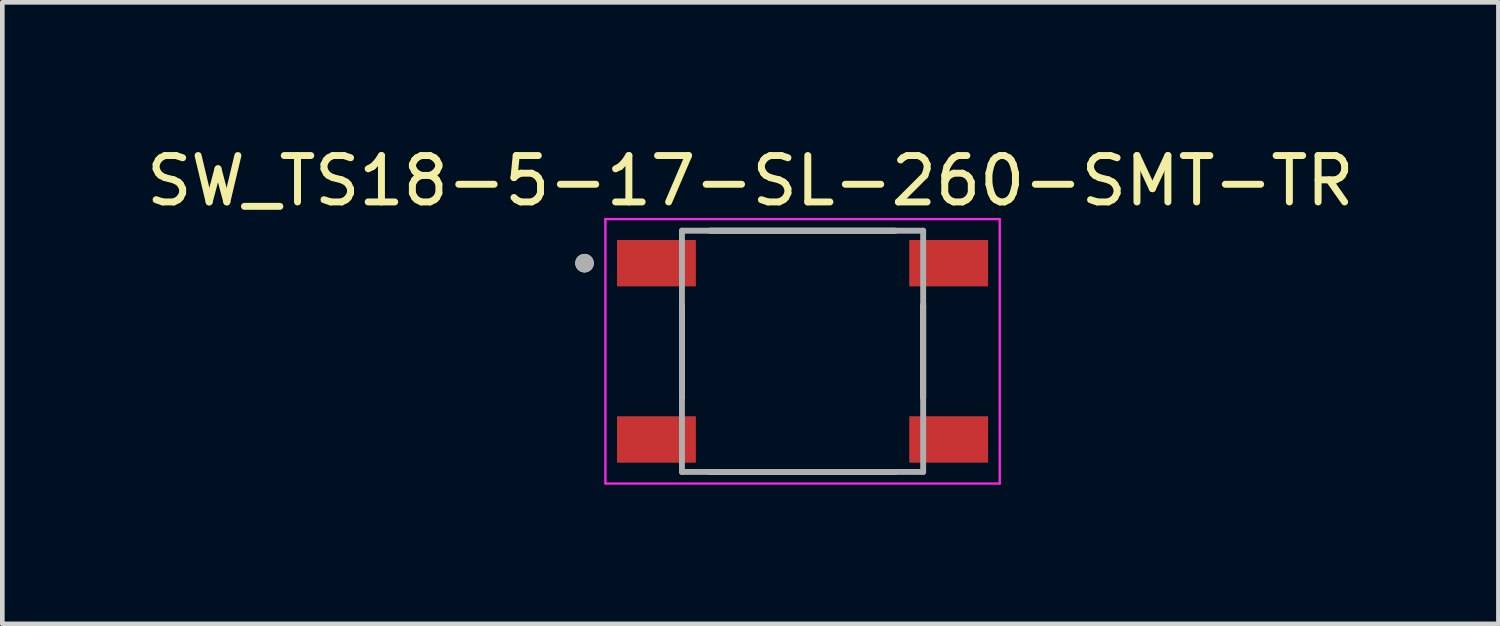
<source format=kicad_pcb>
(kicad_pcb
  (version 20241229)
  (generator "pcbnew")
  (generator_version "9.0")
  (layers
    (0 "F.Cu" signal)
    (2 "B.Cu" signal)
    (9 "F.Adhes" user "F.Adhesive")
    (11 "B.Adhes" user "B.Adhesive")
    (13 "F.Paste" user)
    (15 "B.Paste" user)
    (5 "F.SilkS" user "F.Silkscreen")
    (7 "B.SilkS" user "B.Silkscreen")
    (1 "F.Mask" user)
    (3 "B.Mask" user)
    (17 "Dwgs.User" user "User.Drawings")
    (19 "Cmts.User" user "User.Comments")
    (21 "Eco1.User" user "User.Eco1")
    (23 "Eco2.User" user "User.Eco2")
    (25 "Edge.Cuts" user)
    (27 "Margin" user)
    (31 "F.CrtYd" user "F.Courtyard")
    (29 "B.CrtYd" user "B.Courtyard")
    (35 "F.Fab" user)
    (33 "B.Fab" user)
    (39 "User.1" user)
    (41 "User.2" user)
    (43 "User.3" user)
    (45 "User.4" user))
  (footprint "SW_TS18-5-17-SL-260-SMT-TR"
    (layer "F.Cu")
    (at 14.25 4.523)
    (property "Reference" "SW_TS18-5-17-SL-260-SMT-TR" (at -1.125 -3.675 0) (layer "F.SilkS") (effects (font (size 1 1) (thickness 0.15))))
    (attr smd)
    (fp_line (start -2.6 -1) (end -2.6 1) (stroke (width 0.127) (type solid)) (layer "F.SilkS"))
    (fp_line (start -2 -2.6) (end 2 -2.6) (stroke (width 0.127) (type solid)) (layer "F.SilkS"))
    (fp_line (start -2 2.6) (end 2 2.6) (stroke (width 0.127) (type solid)) (layer "F.SilkS"))
    (fp_line (start 2.6 -1) (end 2.6 1) (stroke (width 0.127) (type solid)) (layer "F.SilkS"))
    (fp_circle (center -4.7 -1.9) (end -4.6 -1.9) (stroke (width 0.2) (type solid)) (fill no) (layer "F.SilkS"))
    (fp_line (start -4.25 -2.85) (end -4.25 2.85) (stroke (width 0.05) (type solid)) (layer "F.CrtYd"))
    (fp_line (start -4.25 2.85) (end 4.25 2.85) (stroke (width 0.05) (type solid)) (layer "F.CrtYd"))
    (fp_line (start 4.25 -2.85) (end -4.25 -2.85) (stroke (width 0.05) (type solid)) (layer "F.CrtYd"))
    (fp_line (start 4.25 2.85) (end 4.25 -2.85) (stroke (width 0.05) (type solid)) (layer "F.CrtYd"))
    (fp_line (start -2.6 -2.6) (end -2.6 2.6) (stroke (width 0.127) (type solid)) (layer "F.Fab"))
    (fp_line (start -2.6 2.6) (end 2.6 2.6) (stroke (width 0.127) (type solid)) (layer "F.Fab"))
    (fp_line (start 2.6 -2.6) (end -2.6 -2.6) (stroke (width 0.127) (type solid)) (layer "F.Fab"))
    (fp_line (start 2.6 2.6) (end 2.6 -2.6) (stroke (width 0.127) (type solid)) (layer "F.Fab"))
    (fp_circle (center -4.7 -1.9) (end -4.6 -1.9) (stroke (width 0.2) (type solid)) (fill no) (layer "F.Fab"))
    (pad "1" smd rect (at -3.15 -1.9) (size 1.7 1) (layers "F.Cu" "F.Mask" "F.Paste"))
    (pad "2" smd rect (at 3.15 -1.9) (size 1.7 1) (layers "F.Cu" "F.Mask" "F.Paste"))
    (pad "3" smd rect (at -3.15 1.9) (size 1.7 1) (layers "F.Cu" "F.Mask" "F.Paste"))
    (pad "4" smd rect (at 3.15 1.9) (size 1.7 1) (layers "F.Cu" "F.Mask" "F.Paste")))
  (gr_rect
    (start -3 -3)
    (end 29.25 10.398)
    (stroke (width 0.1) (type default))
    (fill no)
    (layer "Edge.Cuts")))
</source>
